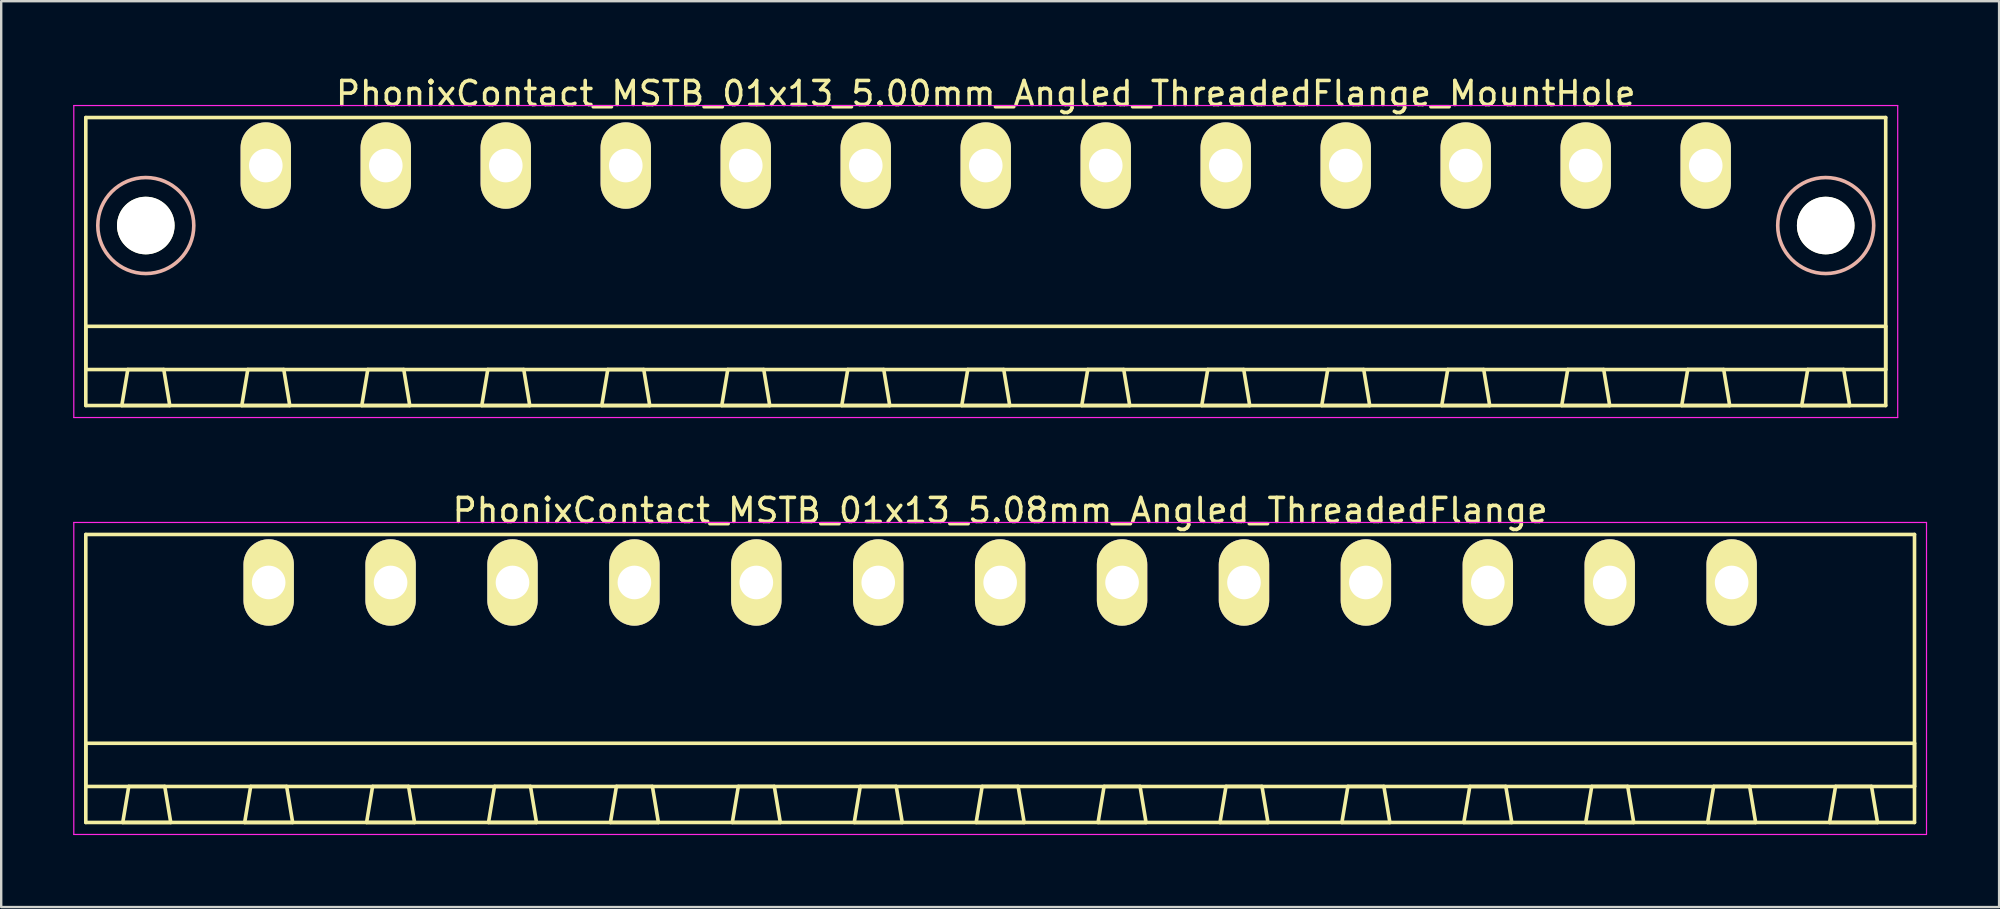
<source format=kicad_pcb>
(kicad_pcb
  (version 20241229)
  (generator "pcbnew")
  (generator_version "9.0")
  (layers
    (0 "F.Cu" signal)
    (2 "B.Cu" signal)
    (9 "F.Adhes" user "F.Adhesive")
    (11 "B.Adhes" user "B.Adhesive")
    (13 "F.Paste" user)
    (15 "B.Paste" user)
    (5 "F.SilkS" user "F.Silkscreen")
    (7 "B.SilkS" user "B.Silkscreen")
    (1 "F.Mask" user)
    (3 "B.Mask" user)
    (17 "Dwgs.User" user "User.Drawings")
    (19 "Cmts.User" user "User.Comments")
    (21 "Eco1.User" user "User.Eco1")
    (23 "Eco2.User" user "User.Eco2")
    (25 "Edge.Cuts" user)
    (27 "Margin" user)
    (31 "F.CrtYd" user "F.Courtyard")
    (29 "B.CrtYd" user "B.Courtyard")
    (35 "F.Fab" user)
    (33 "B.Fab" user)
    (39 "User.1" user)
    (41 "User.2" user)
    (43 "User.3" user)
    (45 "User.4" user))
  (footprint "PhonixContact_MSTB_01x13_5.00mm_Angled_ThreadedFlange_MountHole"
    (layer "F.Cu")
    (at 8.025 3.848)
    (property "Reference" "PhonixContact_MSTB_01x13_5.00mm_Angled_ThreadedFlange_MountHole" (at 30 -3 0) (layer "F.SilkS") (effects (font (size 1 1) (thickness 0.15))))
    (attr through_hole)
    (fp_line (start -7.5 -2) (end -7.5 10) (stroke (width 0.15) (type solid)) (layer "F.SilkS"))
    (fp_line (start -7.5 6.7) (end 67.5 6.7) (stroke (width 0.15) (type solid)) (layer "F.SilkS"))
    (fp_line (start -7.5 8.5) (end -7.5 6.7) (stroke (width 0.15) (type solid)) (layer "F.SilkS"))
    (fp_line (start -7.5 10) (end 67.5 10) (stroke (width 0.15) (type solid)) (layer "F.SilkS"))
    (fp_line (start -6 10) (end -4 10) (stroke (width 0.15) (type solid)) (layer "F.SilkS"))
    (fp_line (start -5.75 8.5) (end -6 10) (stroke (width 0.15) (type solid)) (layer "F.SilkS"))
    (fp_line (start -4.25 8.5) (end -5.75 8.5) (stroke (width 0.15) (type solid)) (layer "F.SilkS"))
    (fp_line (start -4 10) (end -4.25 8.5) (stroke (width 0.15) (type solid)) (layer "F.SilkS"))
    (fp_line (start -1 10) (end 1 10) (stroke (width 0.15) (type solid)) (layer "F.SilkS"))
    (fp_line (start -0.75 8.5) (end -1 10) (stroke (width 0.15) (type solid)) (layer "F.SilkS"))
    (fp_line (start 0.75 8.5) (end -0.75 8.5) (stroke (width 0.15) (type solid)) (layer "F.SilkS"))
    (fp_line (start 1 10) (end 0.75 8.5) (stroke (width 0.15) (type solid)) (layer "F.SilkS"))
    (fp_line (start 4 10) (end 6 10) (stroke (width 0.15) (type solid)) (layer "F.SilkS"))
    (fp_line (start 4.25 8.5) (end 4 10) (stroke (width 0.15) (type solid)) (layer "F.SilkS"))
    (fp_line (start 5.75 8.5) (end 4.25 8.5) (stroke (width 0.15) (type solid)) (layer "F.SilkS"))
    (fp_line (start 6 10) (end 5.75 8.5) (stroke (width 0.15) (type solid)) (layer "F.SilkS"))
    (fp_line (start 9 10) (end 11 10) (stroke (width 0.15) (type solid)) (layer "F.SilkS"))
    (fp_line (start 9.25 8.5) (end 9 10) (stroke (width 0.15) (type solid)) (layer "F.SilkS"))
    (fp_line (start 10.75 8.5) (end 9.25 8.5) (stroke (width 0.15) (type solid)) (layer "F.SilkS"))
    (fp_line (start 11 10) (end 10.75 8.5) (stroke (width 0.15) (type solid)) (layer "F.SilkS"))
    (fp_line (start 14 10) (end 16 10) (stroke (width 0.15) (type solid)) (layer "F.SilkS"))
    (fp_line (start 14.25 8.5) (end 14 10) (stroke (width 0.15) (type solid)) (layer "F.SilkS"))
    (fp_line (start 15.75 8.5) (end 14.25 8.5) (stroke (width 0.15) (type solid)) (layer "F.SilkS"))
    (fp_line (start 16 10) (end 15.75 8.5) (stroke (width 0.15) (type solid)) (layer "F.SilkS"))
    (fp_line (start 19 10) (end 21 10) (stroke (width 0.15) (type solid)) (layer "F.SilkS"))
    (fp_line (start 19.25 8.5) (end 19 10) (stroke (width 0.15) (type solid)) (layer "F.SilkS"))
    (fp_line (start 20.75 8.5) (end 19.25 8.5) (stroke (width 0.15) (type solid)) (layer "F.SilkS"))
    (fp_line (start 21 10) (end 20.75 8.5) (stroke (width 0.15) (type solid)) (layer "F.SilkS"))
    (fp_line (start 24 10) (end 26 10) (stroke (width 0.15) (type solid)) (layer "F.SilkS"))
    (fp_line (start 24.25 8.5) (end 24 10) (stroke (width 0.15) (type solid)) (layer "F.SilkS"))
    (fp_line (start 25.75 8.5) (end 24.25 8.5) (stroke (width 0.15) (type solid)) (layer "F.SilkS"))
    (fp_line (start 26 10) (end 25.75 8.5) (stroke (width 0.15) (type solid)) (layer "F.SilkS"))
    (fp_line (start 29 10) (end 31 10) (stroke (width 0.15) (type solid)) (layer "F.SilkS"))
    (fp_line (start 29.25 8.5) (end 29 10) (stroke (width 0.15) (type solid)) (layer "F.SilkS"))
    (fp_line (start 30.75 8.5) (end 29.25 8.5) (stroke (width 0.15) (type solid)) (layer "F.SilkS"))
    (fp_line (start 31 10) (end 30.75 8.5) (stroke (width 0.15) (type solid)) (layer "F.SilkS"))
    (fp_line (start 34 10) (end 36 10) (stroke (width 0.15) (type solid)) (layer "F.SilkS"))
    (fp_line (start 34.25 8.5) (end 34 10) (stroke (width 0.15) (type solid)) (layer "F.SilkS"))
    (fp_line (start 35.75 8.5) (end 34.25 8.5) (stroke (width 0.15) (type solid)) (layer "F.SilkS"))
    (fp_line (start 36 10) (end 35.75 8.5) (stroke (width 0.15) (type solid)) (layer "F.SilkS"))
    (fp_line (start 39 10) (end 41 10) (stroke (width 0.15) (type solid)) (layer "F.SilkS"))
    (fp_line (start 39.25 8.5) (end 39 10) (stroke (width 0.15) (type solid)) (layer "F.SilkS"))
    (fp_line (start 40.75 8.5) (end 39.25 8.5) (stroke (width 0.15) (type solid)) (layer "F.SilkS"))
    (fp_line (start 41 10) (end 40.75 8.5) (stroke (width 0.15) (type solid)) (layer "F.SilkS"))
    (fp_line (start 44 10) (end 46 10) (stroke (width 0.15) (type solid)) (layer "F.SilkS"))
    (fp_line (start 44.25 8.5) (end 44 10) (stroke (width 0.15) (type solid)) (layer "F.SilkS"))
    (fp_line (start 45.75 8.5) (end 44.25 8.5) (stroke (width 0.15) (type solid)) (layer "F.SilkS"))
    (fp_line (start 46 10) (end 45.75 8.5) (stroke (width 0.15) (type solid)) (layer "F.SilkS"))
    (fp_line (start 49 10) (end 51 10) (stroke (width 0.15) (type solid)) (layer "F.SilkS"))
    (fp_line (start 49.25 8.5) (end 49 10) (stroke (width 0.15) (type solid)) (layer "F.SilkS"))
    (fp_line (start 50.75 8.5) (end 49.25 8.5) (stroke (width 0.15) (type solid)) (layer "F.SilkS"))
    (fp_line (start 51 10) (end 50.75 8.5) (stroke (width 0.15) (type solid)) (layer "F.SilkS"))
    (fp_line (start 54 10) (end 56 10) (stroke (width 0.15) (type solid)) (layer "F.SilkS"))
    (fp_line (start 54.25 8.5) (end 54 10) (stroke (width 0.15) (type solid)) (layer "F.SilkS"))
    (fp_line (start 55.75 8.5) (end 54.25 8.5) (stroke (width 0.15) (type solid)) (layer "F.SilkS"))
    (fp_line (start 56 10) (end 55.75 8.5) (stroke (width 0.15) (type solid)) (layer "F.SilkS"))
    (fp_line (start 59 10) (end 61 10) (stroke (width 0.15) (type solid)) (layer "F.SilkS"))
    (fp_line (start 59.25 8.5) (end 59 10) (stroke (width 0.15) (type solid)) (layer "F.SilkS"))
    (fp_line (start 60.75 8.5) (end 59.25 8.5) (stroke (width 0.15) (type solid)) (layer "F.SilkS"))
    (fp_line (start 61 10) (end 60.75 8.5) (stroke (width 0.15) (type solid)) (layer "F.SilkS"))
    (fp_line (start 64 10) (end 66 10) (stroke (width 0.15) (type solid)) (layer "F.SilkS"))
    (fp_line (start 64.25 8.5) (end 64 10) (stroke (width 0.15) (type solid)) (layer "F.SilkS"))
    (fp_line (start 65.75 8.5) (end 64.25 8.5) (stroke (width 0.15) (type solid)) (layer "F.SilkS"))
    (fp_line (start 66 10) (end 65.75 8.5) (stroke (width 0.15) (type solid)) (layer "F.SilkS"))
    (fp_line (start 67.5 -2) (end -7.5 -2) (stroke (width 0.15) (type solid)) (layer "F.SilkS"))
    (fp_line (start 67.5 6.7) (end 67.5 8.5) (stroke (width 0.15) (type solid)) (layer "F.SilkS"))
    (fp_line (start 67.5 8.5) (end -7.5 8.5) (stroke (width 0.15) (type solid)) (layer "F.SilkS"))
    (fp_line (start 67.5 10) (end 67.5 -2) (stroke (width 0.15) (type solid)) (layer "F.SilkS"))
    (fp_circle (center -5 2.5) (end -3 2.5) (stroke (width 0.15) (type solid)) (fill no) (layer "B.SilkS"))
    (fp_circle (center 65 2.5) (end 67 2.5) (stroke (width 0.15) (type solid)) (fill no) (layer "B.SilkS"))
    (fp_line (start -8 -2.5) (end -8 10.5) (stroke (width 0.05) (type solid)) (layer "F.CrtYd"))
    (fp_line (start -8 10.5) (end 68 10.5) (stroke (width 0.05) (type solid)) (layer "F.CrtYd"))
    (fp_line (start 68 -2.5) (end -8 -2.5) (stroke (width 0.05) (type solid)) (layer "F.CrtYd"))
    (fp_line (start 68 10.5) (end 68 -2.5) (stroke (width 0.05) (type solid)) (layer "F.CrtYd"))
    (pad "" np_thru_hole circle (at -5 2.5) (size 2.4 2.4) (drill 2.4) (layers "*.Cu" "*.Mask" "F.SilkS"))
    (pad "" np_thru_hole circle (at 65 2.5) (size 2.4 2.4) (drill 2.4) (layers "*.Cu" "*.Mask" "F.SilkS"))
    (pad "1" thru_hole oval (at 0 0) (size 2.1 3.6) (drill 1.4) (layers "*.Cu" "*.Mask" "F.SilkS"))
    (pad "2" thru_hole oval (at 5 0) (size 2.1 3.6) (drill 1.4) (layers "*.Cu" "*.Mask" "F.SilkS"))
    (pad "3" thru_hole oval (at 10 0) (size 2.1 3.6) (drill 1.4) (layers "*.Cu" "*.Mask" "F.SilkS"))
    (pad "4" thru_hole oval (at 15 0) (size 2.1 3.6) (drill 1.4) (layers "*.Cu" "*.Mask" "F.SilkS"))
    (pad "5" thru_hole oval (at 20 0) (size 2.1 3.6) (drill 1.4) (layers "*.Cu" "*.Mask" "F.SilkS"))
    (pad "6" thru_hole oval (at 25 0) (size 2.1 3.6) (drill 1.4) (layers "*.Cu" "*.Mask" "F.SilkS"))
    (pad "7" thru_hole oval (at 30 0) (size 2.1 3.6) (drill 1.4) (layers "*.Cu" "*.Mask" "F.SilkS"))
    (pad "8" thru_hole oval (at 35 0) (size 2.1 3.6) (drill 1.4) (layers "*.Cu" "*.Mask" "F.SilkS"))
    (pad "9" thru_hole oval (at 40 0) (size 2.1 3.6) (drill 1.4) (layers "*.Cu" "*.Mask" "F.SilkS"))
    (pad "10" thru_hole oval (at 45 0) (size 2.1 3.6) (drill 1.4) (layers "*.Cu" "*.Mask" "F.SilkS"))
    (pad "11" thru_hole oval (at 50 0) (size 2.1 3.6) (drill 1.4) (layers "*.Cu" "*.Mask" "F.SilkS"))
    (pad "12" thru_hole oval (at 55 0) (size 2.1 3.6) (drill 1.4) (layers "*.Cu" "*.Mask" "F.SilkS"))
    (pad "13" thru_hole oval (at 60 0) (size 2.1 3.6) (drill 1.4) (layers "*.Cu" "*.Mask" "F.SilkS")))
  (footprint "PhonixContact_MSTB_01x13_5.08mm_Angled_ThreadedFlange"
    (layer "F.Cu")
    (at 8.145 21.221)
    (property "Reference" "PhonixContact_MSTB_01x13_5.08mm_Angled_ThreadedFlange" (at 30.48 -3 0) (layer "F.SilkS") (effects (font (size 1 1) (thickness 0.15))))
    (attr through_hole)
    (fp_line (start -7.62 -2) (end -7.62 10) (stroke (width 0.15) (type solid)) (layer "F.SilkS"))
    (fp_line (start -7.62 6.7) (end 68.58 6.7) (stroke (width 0.15) (type solid)) (layer "F.SilkS"))
    (fp_line (start -7.62 8.5) (end -7.62 6.7) (stroke (width 0.15) (type solid)) (layer "F.SilkS"))
    (fp_line (start -7.62 10) (end 68.58 10) (stroke (width 0.15) (type solid)) (layer "F.SilkS"))
    (fp_line (start -6.08 10) (end -4.08 10) (stroke (width 0.15) (type solid)) (layer "F.SilkS"))
    (fp_line (start -5.83 8.5) (end -6.08 10) (stroke (width 0.15) (type solid)) (layer "F.SilkS"))
    (fp_line (start -4.33 8.5) (end -5.83 8.5) (stroke (width 0.15) (type solid)) (layer "F.SilkS"))
    (fp_line (start -4.08 10) (end -4.33 8.5) (stroke (width 0.15) (type solid)) (layer "F.SilkS"))
    (fp_line (start -1 10) (end 1 10) (stroke (width 0.15) (type solid)) (layer "F.SilkS"))
    (fp_line (start -0.75 8.5) (end -1 10) (stroke (width 0.15) (type solid)) (layer "F.SilkS"))
    (fp_line (start 0.75 8.5) (end -0.75 8.5) (stroke (width 0.15) (type solid)) (layer "F.SilkS"))
    (fp_line (start 1 10) (end 0.75 8.5) (stroke (width 0.15) (type solid)) (layer "F.SilkS"))
    (fp_line (start 4.08 10) (end 6.08 10) (stroke (width 0.15) (type solid)) (layer "F.SilkS"))
    (fp_line (start 4.33 8.5) (end 4.08 10) (stroke (width 0.15) (type solid)) (layer "F.SilkS"))
    (fp_line (start 5.83 8.5) (end 4.33 8.5) (stroke (width 0.15) (type solid)) (layer "F.SilkS"))
    (fp_line (start 6.08 10) (end 5.83 8.5) (stroke (width 0.15) (type solid)) (layer "F.SilkS"))
    (fp_line (start 9.16 10) (end 11.16 10) (stroke (width 0.15) (type solid)) (layer "F.SilkS"))
    (fp_line (start 9.41 8.5) (end 9.16 10) (stroke (width 0.15) (type solid)) (layer "F.SilkS"))
    (fp_line (start 10.91 8.5) (end 9.41 8.5) (stroke (width 0.15) (type solid)) (layer "F.SilkS"))
    (fp_line (start 11.16 10) (end 10.91 8.5) (stroke (width 0.15) (type solid)) (layer "F.SilkS"))
    (fp_line (start 14.24 10) (end 16.24 10) (stroke (width 0.15) (type solid)) (layer "F.SilkS"))
    (fp_line (start 14.49 8.5) (end 14.24 10) (stroke (width 0.15) (type solid)) (layer "F.SilkS"))
    (fp_line (start 15.99 8.5) (end 14.49 8.5) (stroke (width 0.15) (type solid)) (layer "F.SilkS"))
    (fp_line (start 16.24 10) (end 15.99 8.5) (stroke (width 0.15) (type solid)) (layer "F.SilkS"))
    (fp_line (start 19.32 10) (end 21.32 10) (stroke (width 0.15) (type solid)) (layer "F.SilkS"))
    (fp_line (start 19.57 8.5) (end 19.32 10) (stroke (width 0.15) (type solid)) (layer "F.SilkS"))
    (fp_line (start 21.07 8.5) (end 19.57 8.5) (stroke (width 0.15) (type solid)) (layer "F.SilkS"))
    (fp_line (start 21.32 10) (end 21.07 8.5) (stroke (width 0.15) (type solid)) (layer "F.SilkS"))
    (fp_line (start 24.4 10) (end 26.4 10) (stroke (width 0.15) (type solid)) (layer "F.SilkS"))
    (fp_line (start 24.65 8.5) (end 24.4 10) (stroke (width 0.15) (type solid)) (layer "F.SilkS"))
    (fp_line (start 26.15 8.5) (end 24.65 8.5) (stroke (width 0.15) (type solid)) (layer "F.SilkS"))
    (fp_line (start 26.4 10) (end 26.15 8.5) (stroke (width 0.15) (type solid)) (layer "F.SilkS"))
    (fp_line (start 29.48 10) (end 31.48 10) (stroke (width 0.15) (type solid)) (layer "F.SilkS"))
    (fp_line (start 29.73 8.5) (end 29.48 10) (stroke (width 0.15) (type solid)) (layer "F.SilkS"))
    (fp_line (start 31.23 8.5) (end 29.73 8.5) (stroke (width 0.15) (type solid)) (layer "F.SilkS"))
    (fp_line (start 31.48 10) (end 31.23 8.5) (stroke (width 0.15) (type solid)) (layer "F.SilkS"))
    (fp_line (start 34.56 10) (end 36.56 10) (stroke (width 0.15) (type solid)) (layer "F.SilkS"))
    (fp_line (start 34.81 8.5) (end 34.56 10) (stroke (width 0.15) (type solid)) (layer "F.SilkS"))
    (fp_line (start 36.31 8.5) (end 34.81 8.5) (stroke (width 0.15) (type solid)) (layer "F.SilkS"))
    (fp_line (start 36.56 10) (end 36.31 8.5) (stroke (width 0.15) (type solid)) (layer "F.SilkS"))
    (fp_line (start 39.64 10) (end 41.64 10) (stroke (width 0.15) (type solid)) (layer "F.SilkS"))
    (fp_line (start 39.89 8.5) (end 39.64 10) (stroke (width 0.15) (type solid)) (layer "F.SilkS"))
    (fp_line (start 41.39 8.5) (end 39.89 8.5) (stroke (width 0.15) (type solid)) (layer "F.SilkS"))
    (fp_line (start 41.64 10) (end 41.39 8.5) (stroke (width 0.15) (type solid)) (layer "F.SilkS"))
    (fp_line (start 44.72 10) (end 46.72 10) (stroke (width 0.15) (type solid)) (layer "F.SilkS"))
    (fp_line (start 44.97 8.5) (end 44.72 10) (stroke (width 0.15) (type solid)) (layer "F.SilkS"))
    (fp_line (start 46.47 8.5) (end 44.97 8.5) (stroke (width 0.15) (type solid)) (layer "F.SilkS"))
    (fp_line (start 46.72 10) (end 46.47 8.5) (stroke (width 0.15) (type solid)) (layer "F.SilkS"))
    (fp_line (start 49.8 10) (end 51.8 10) (stroke (width 0.15) (type solid)) (layer "F.SilkS"))
    (fp_line (start 50.05 8.5) (end 49.8 10) (stroke (width 0.15) (type solid)) (layer "F.SilkS"))
    (fp_line (start 51.55 8.5) (end 50.05 8.5) (stroke (width 0.15) (type solid)) (layer "F.SilkS"))
    (fp_line (start 51.8 10) (end 51.55 8.5) (stroke (width 0.15) (type solid)) (layer "F.SilkS"))
    (fp_line (start 54.88 10) (end 56.88 10) (stroke (width 0.15) (type solid)) (layer "F.SilkS"))
    (fp_line (start 55.13 8.5) (end 54.88 10) (stroke (width 0.15) (type solid)) (layer "F.SilkS"))
    (fp_line (start 56.63 8.5) (end 55.13 8.5) (stroke (width 0.15) (type solid)) (layer "F.SilkS"))
    (fp_line (start 56.88 10) (end 56.63 8.5) (stroke (width 0.15) (type solid)) (layer "F.SilkS"))
    (fp_line (start 59.96 10) (end 61.96 10) (stroke (width 0.15) (type solid)) (layer "F.SilkS"))
    (fp_line (start 60.21 8.5) (end 59.96 10) (stroke (width 0.15) (type solid)) (layer "F.SilkS"))
    (fp_line (start 61.71 8.5) (end 60.21 8.5) (stroke (width 0.15) (type solid)) (layer "F.SilkS"))
    (fp_line (start 61.96 10) (end 61.71 8.5) (stroke (width 0.15) (type solid)) (layer "F.SilkS"))
    (fp_line (start 65.04 10) (end 67.04 10) (stroke (width 0.15) (type solid)) (layer "F.SilkS"))
    (fp_line (start 65.29 8.5) (end 65.04 10) (stroke (width 0.15) (type solid)) (layer "F.SilkS"))
    (fp_line (start 66.79 8.5) (end 65.29 8.5) (stroke (width 0.15) (type solid)) (layer "F.SilkS"))
    (fp_line (start 67.04 10) (end 66.79 8.5) (stroke (width 0.15) (type solid)) (layer "F.SilkS"))
    (fp_line (start 68.58 -2) (end -7.62 -2) (stroke (width 0.15) (type solid)) (layer "F.SilkS"))
    (fp_line (start 68.58 6.7) (end 68.58 8.5) (stroke (width 0.15) (type solid)) (layer "F.SilkS"))
    (fp_line (start 68.58 8.5) (end -7.62 8.5) (stroke (width 0.15) (type solid)) (layer "F.SilkS"))
    (fp_line (start 68.58 10) (end 68.58 -2) (stroke (width 0.15) (type solid)) (layer "F.SilkS"))
    (fp_line (start -8.12 -2.5) (end -8.12 10.5) (stroke (width 0.05) (type solid)) (layer "F.CrtYd"))
    (fp_line (start -8.12 10.5) (end 69.08 10.5) (stroke (width 0.05) (type solid)) (layer "F.CrtYd"))
    (fp_line (start 69.08 -2.5) (end -8.12 -2.5) (stroke (width 0.05) (type solid)) (layer "F.CrtYd"))
    (fp_line (start 69.08 10.5) (end 69.08 -2.5) (stroke (width 0.05) (type solid)) (layer "F.CrtYd"))
    (pad "1" thru_hole oval (at 0 0) (size 2.1 3.6) (drill 1.4) (layers "*.Cu" "*.Mask" "F.SilkS"))
    (pad "2" thru_hole oval (at 5.08 0) (size 2.1 3.6) (drill 1.4) (layers "*.Cu" "*.Mask" "F.SilkS"))
    (pad "3" thru_hole oval (at 10.16 0) (size 2.1 3.6) (drill 1.4) (layers "*.Cu" "*.Mask" "F.SilkS"))
    (pad "4" thru_hole oval (at 15.24 0) (size 2.1 3.6) (drill 1.4) (layers "*.Cu" "*.Mask" "F.SilkS"))
    (pad "5" thru_hole oval (at 20.32 0) (size 2.1 3.6) (drill 1.4) (layers "*.Cu" "*.Mask" "F.SilkS"))
    (pad "6" thru_hole oval (at 25.4 0) (size 2.1 3.6) (drill 1.4) (layers "*.Cu" "*.Mask" "F.SilkS"))
    (pad "7" thru_hole oval (at 30.48 0) (size 2.1 3.6) (drill 1.4) (layers "*.Cu" "*.Mask" "F.SilkS"))
    (pad "8" thru_hole oval (at 35.56 0) (size 2.1 3.6) (drill 1.4) (layers "*.Cu" "*.Mask" "F.SilkS"))
    (pad "9" thru_hole oval (at 40.64 0) (size 2.1 3.6) (drill 1.4) (layers "*.Cu" "*.Mask" "F.SilkS"))
    (pad "10" thru_hole oval (at 45.72 0) (size 2.1 3.6) (drill 1.4) (layers "*.Cu" "*.Mask" "F.SilkS"))
    (pad "11" thru_hole oval (at 50.8 0) (size 2.1 3.6) (drill 1.4) (layers "*.Cu" "*.Mask" "F.SilkS"))
    (pad "12" thru_hole oval (at 55.88 0) (size 2.1 3.6) (drill 1.4) (layers "*.Cu" "*.Mask" "F.SilkS"))
    (pad "13" thru_hole oval (at 60.96 0) (size 2.1 3.6) (drill 1.4) (layers "*.Cu" "*.Mask" "F.SilkS")))
  (gr_rect
    (start -3 -3)
    (end 80.25 34.746)
    (stroke (width 0.1) (type default))
    (fill no)
    (layer "Edge.Cuts")))
</source>
